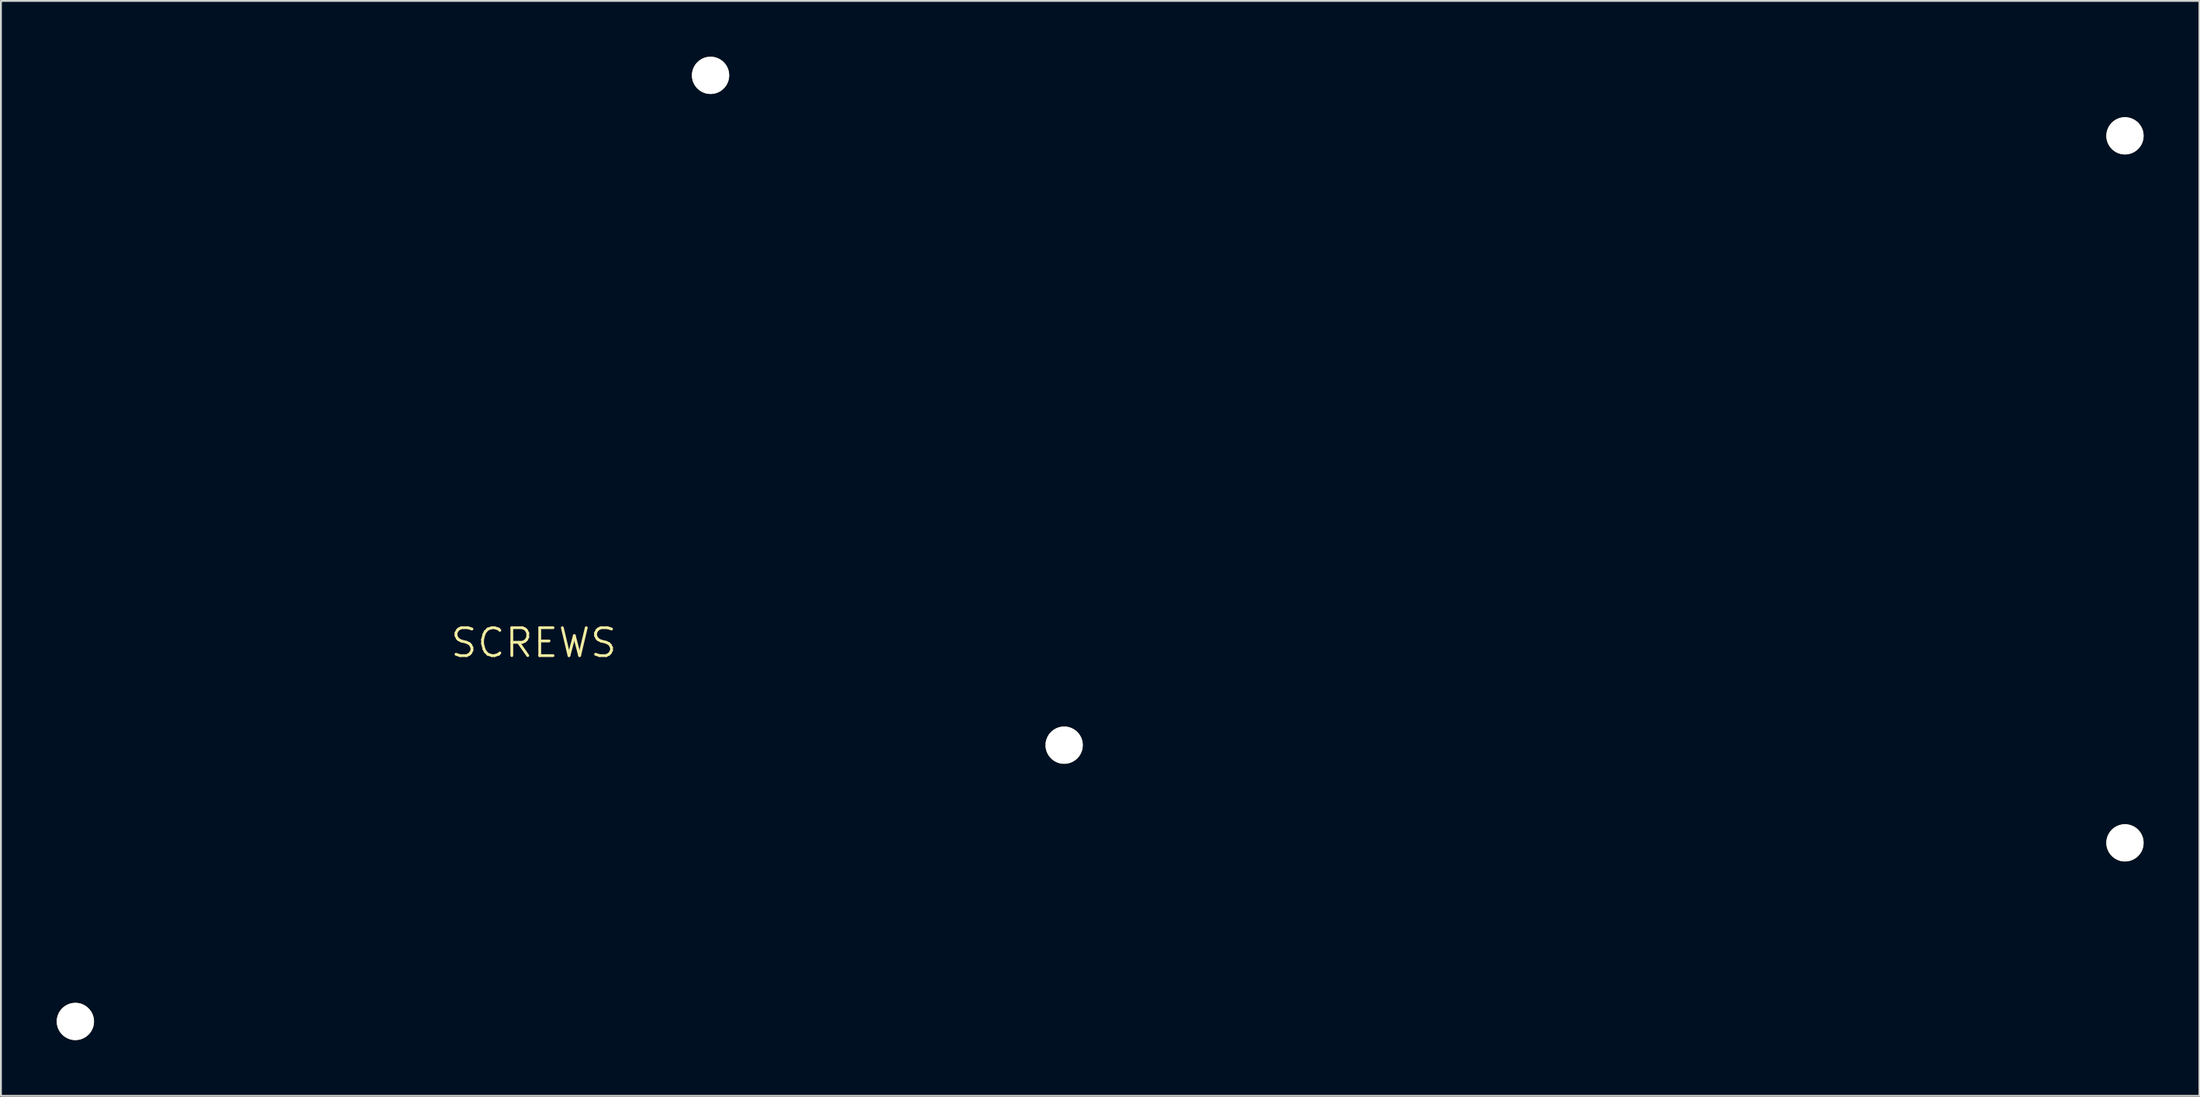
<source format=kicad_pcb>
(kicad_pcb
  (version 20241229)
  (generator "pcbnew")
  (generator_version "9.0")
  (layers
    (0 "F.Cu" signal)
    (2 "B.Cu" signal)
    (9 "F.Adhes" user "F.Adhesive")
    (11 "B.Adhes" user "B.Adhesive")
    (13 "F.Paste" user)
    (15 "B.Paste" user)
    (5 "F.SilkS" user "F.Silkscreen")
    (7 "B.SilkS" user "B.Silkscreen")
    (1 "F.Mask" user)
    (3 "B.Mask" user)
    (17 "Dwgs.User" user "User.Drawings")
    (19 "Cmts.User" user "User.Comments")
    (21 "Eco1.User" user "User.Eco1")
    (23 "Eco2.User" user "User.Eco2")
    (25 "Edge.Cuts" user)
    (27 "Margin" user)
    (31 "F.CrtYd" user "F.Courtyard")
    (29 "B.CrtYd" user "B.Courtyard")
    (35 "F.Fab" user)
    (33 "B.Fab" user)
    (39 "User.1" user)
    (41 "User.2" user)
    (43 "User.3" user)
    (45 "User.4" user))
  (footprint "SCREWS"
    (layer "F.Cu")
    (at 25.63 30.75)
    (property "Reference" "SCREWS" (at 0 0.75 0) (layer "F.SilkS") (effects (font (size 1.5 1.5) (thickness 0.15))))
    (attr through_hole)
    (pad "" np_thru_hole circle (at -24.63 21.1) (size 2 2) (drill 2) (layers "*.Cu" "*.Mask" "F.SilkS"))
    (pad "" np_thru_hole circle (at 9.5 -29.75) (size 2 2) (drill 2) (layers "*.Cu" "*.Mask" "F.SilkS"))
    (pad "" np_thru_hole circle (at 28.5 6.25) (size 2 2) (drill 2) (layers "*.Cu" "*.Mask" "F.SilkS"))
    (pad "" np_thru_hole circle (at 85.5 -26.5) (size 2 2) (drill 2) (layers "*.Cu" "*.Mask" "F.SilkS"))
    (pad "" np_thru_hole circle (at 85.5 11.5) (size 2 2) (drill 2) (layers "*.Cu" "*.Mask" "F.SilkS")))
  (gr_rect
    (start -3 -3)
    (end 115.13 55.85)
    (stroke (width 0.1) (type default))
    (fill no)
    (layer "Edge.Cuts")))
</source>
